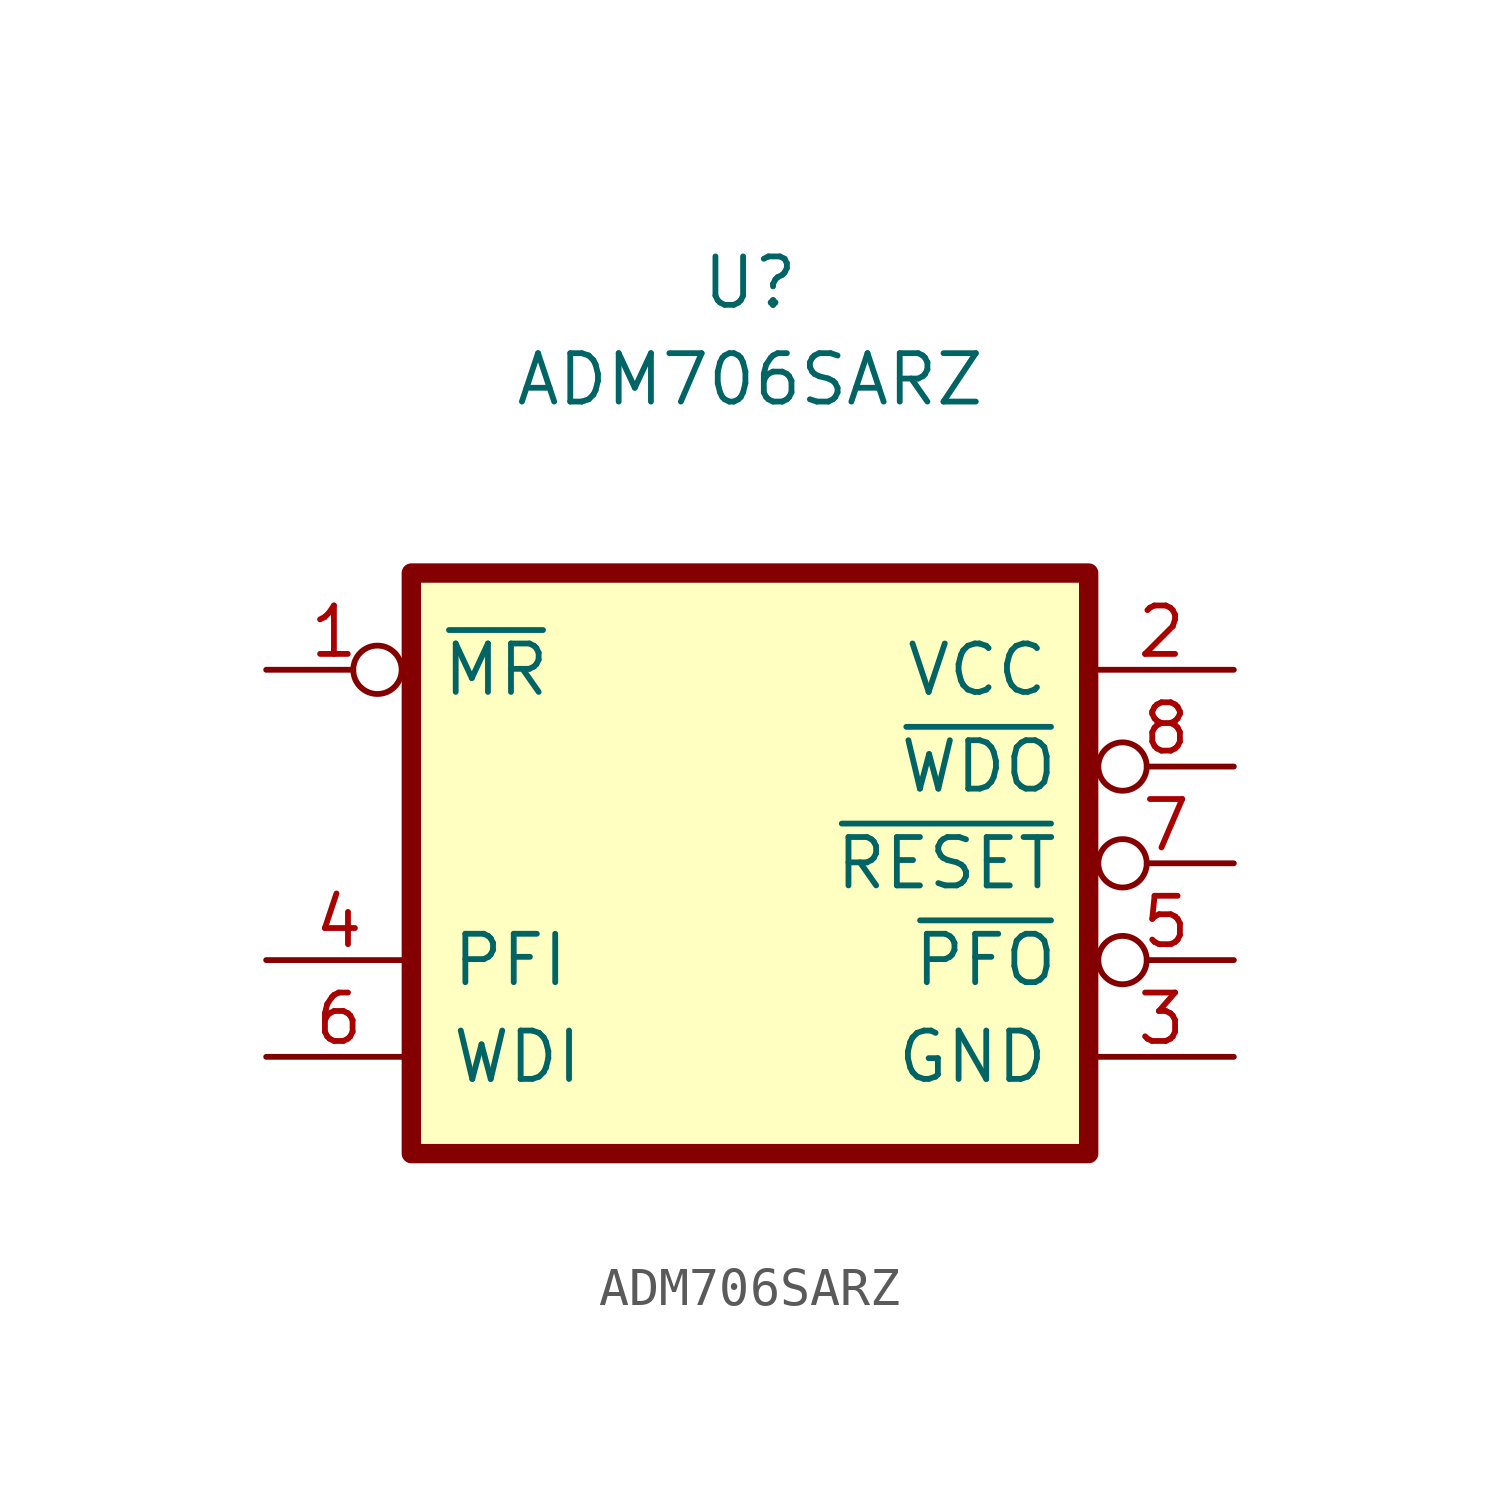
<source format=kicad_sym>
(kicad_symbol_lib
  (version 20211014)
  (generator kicad_symbol_editor)
  (symbol "ADM706SARZ"
    (pin_names
      (offset 1.016))
    (property "Reference" "U"
      (at 0 15.24 0)
      (effects (font (size 1.27 1.27))))
    (property "Value" "ADM706SARZ"
      (at 0 12.7 0)
      (effects (font (size 1.27 1.27))))
    (symbol "ADM706SARZ_0_1"
      (rectangle (start -8.89 7.62) (end 8.89 -7.62) (stroke (width 0.508) (type default) (color 0 0 0 0)) (fill (type background))))
    (symbol "ADM706SARZ_1_1"
      (pin input inverted (at -12.7 5.08 0) (length 3.556) (name "~{MR}" (effects (font (size 1.27 1.27)))) (number "1" (effects (font (size 1.27 1.27)))))
      (pin power_in line (at 12.7 5.08 180) (length 3.81) (name "VCC" (effects (font (size 1.27 1.27)))) (number "2" (effects (font (size 1.27 1.27)))))
      (pin power_in line (at 12.7 -5.08 180) (length 3.81) (name "GND" (effects (font (size 1.27 1.27)))) (number "3" (effects (font (size 1.27 1.27)))))
      (pin input line (at -12.7 -2.54 0) (length 3.81) (name "PFI" (effects (font (size 1.27 1.27)))) (number "4" (effects (font (size 1.27 1.27)))))
      (pin output inverted (at 12.7 -2.54 180) (length 3.556) (name "~{PFO}" (effects (font (size 1.27 1.27)))) (number "5" (effects (font (size 1.27 1.27)))))
      (pin input line (at -12.7 -5.08 0) (length 3.81) (name "WDI" (effects (font (size 1.27 1.27)))) (number "6" (effects (font (size 1.27 1.27)))))
      (pin output inverted (at 12.7 0 180) (length 3.556) (name "~{RESET}" (effects (font (size 1.27 1.27)))) (number "7" (effects (font (size 1.27 1.27)))))
      (pin output inverted (at 12.7 2.54 180) (length 3.556) (name "~{WDO}" (effects (font (size 1.27 1.27)))) (number "8" (effects (font (size 1.27 1.27))))))))
</source>
